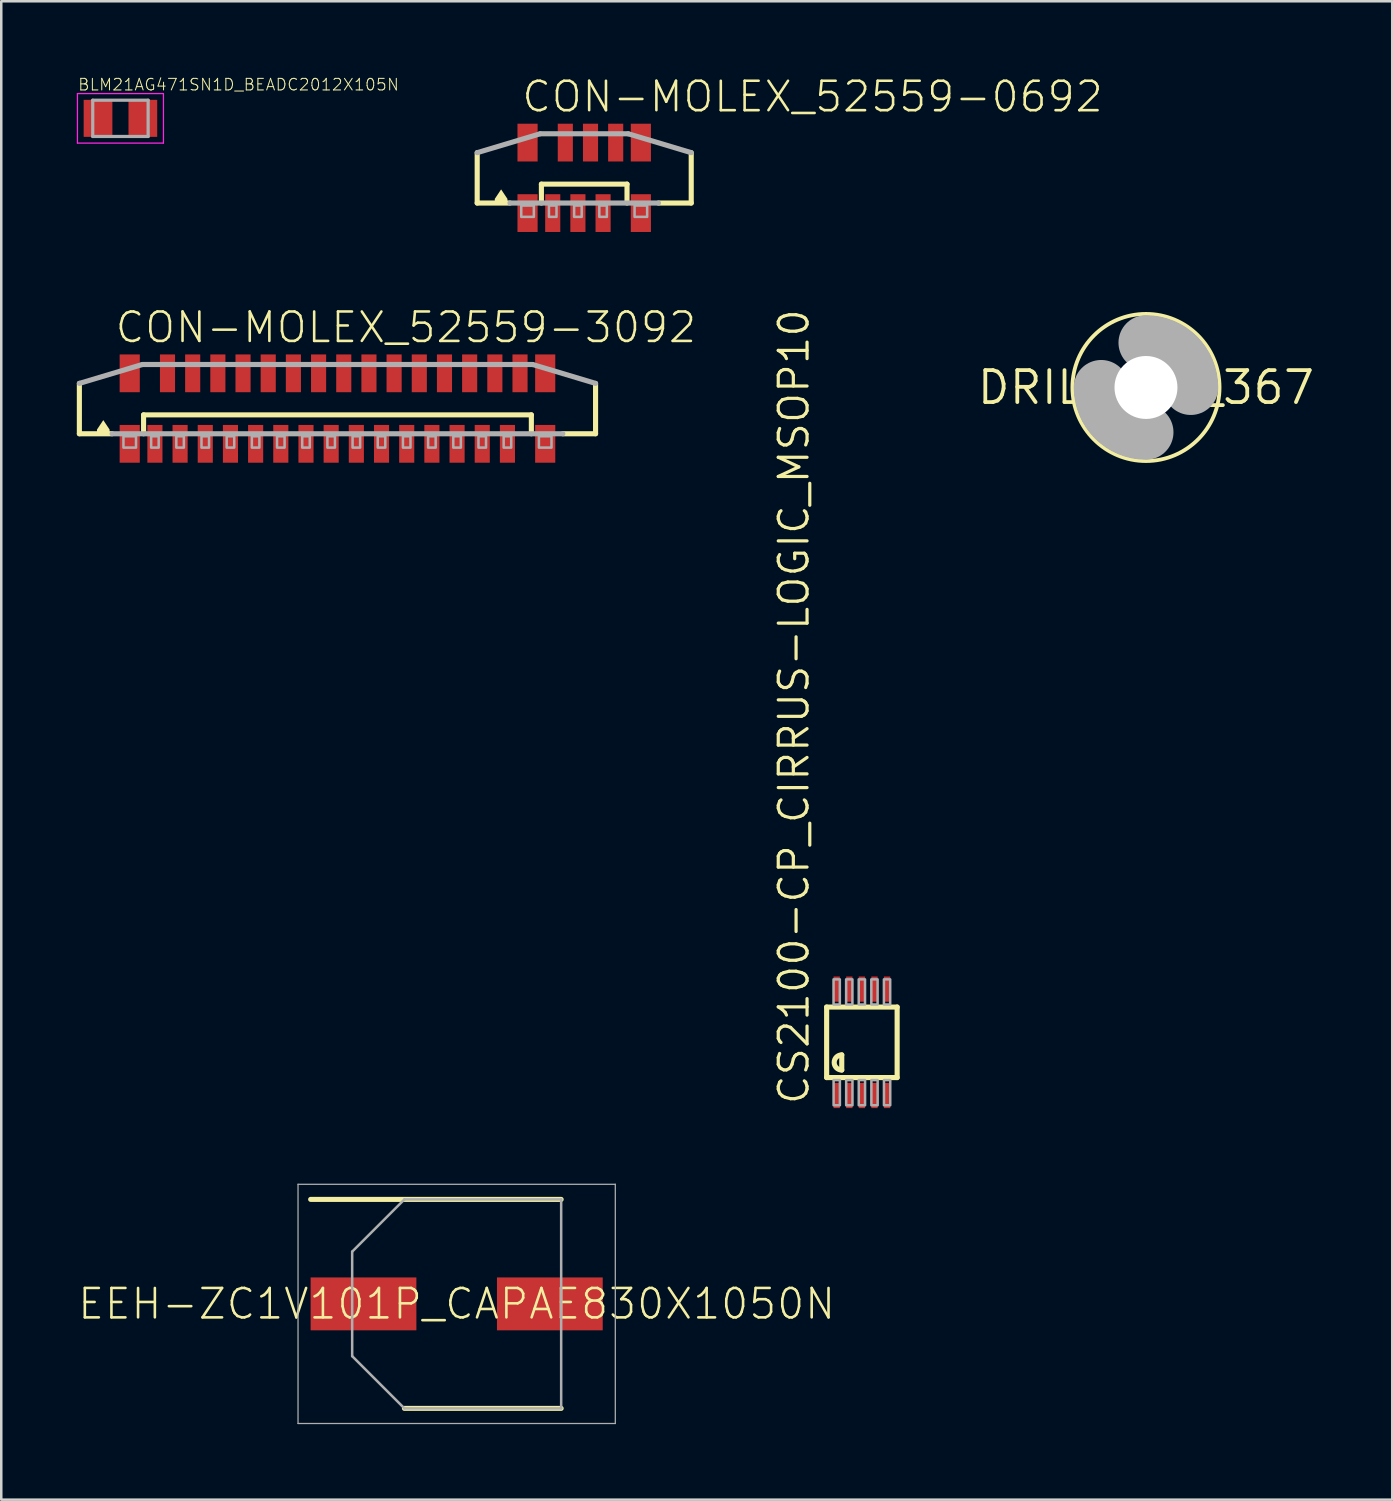
<source format=kicad_pcb>
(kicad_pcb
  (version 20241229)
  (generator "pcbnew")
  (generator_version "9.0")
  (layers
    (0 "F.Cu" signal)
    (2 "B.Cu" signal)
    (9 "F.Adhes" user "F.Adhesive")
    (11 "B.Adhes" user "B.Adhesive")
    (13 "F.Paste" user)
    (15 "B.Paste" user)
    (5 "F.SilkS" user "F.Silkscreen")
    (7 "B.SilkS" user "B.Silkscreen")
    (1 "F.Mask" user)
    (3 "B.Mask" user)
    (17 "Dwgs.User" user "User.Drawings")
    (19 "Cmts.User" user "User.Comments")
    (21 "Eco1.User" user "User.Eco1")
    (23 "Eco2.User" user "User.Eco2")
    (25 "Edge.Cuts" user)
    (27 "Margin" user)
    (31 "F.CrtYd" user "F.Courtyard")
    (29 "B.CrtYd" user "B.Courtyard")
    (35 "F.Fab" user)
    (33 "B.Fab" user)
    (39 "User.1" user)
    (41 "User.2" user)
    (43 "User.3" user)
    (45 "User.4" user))
  (footprint "EEH-ZC1V101P_CAPAE830X1050N"
    (layer "F.Cu")
    (at 15.086 48.732)
    (property "Reference" "EEH-ZC1V101P_CAPAE830X1050N" (at 0 0 0) (unlocked yes) (layer "F.SilkS") (effects (font (size 1.168 1.168) (thickness 0.102))))
    (fp_line (start -5.8 -4.15) (end 4.15 -4.15) (stroke (width 0.2) (type solid)) (layer "F.SilkS"))
    (fp_line (start -2.075 4.15) (end 4.15 4.15) (stroke (width 0.2) (type solid)) (layer "F.SilkS"))
    (fp_line (start -6.3 -4.75) (end 6.3 -4.75) (stroke (width 0.05) (type solid)) (layer "F.Fab"))
    (fp_line (start -6.3 4.75) (end -6.3 -4.75) (stroke (width 0.05) (type solid)) (layer "F.Fab"))
    (fp_line (start -4.15 -2.075) (end -4.15 2.075) (stroke (width 0.1) (type solid)) (layer "F.Fab"))
    (fp_line (start -4.15 2.075) (end -2.075 4.15) (stroke (width 0.1) (type solid)) (layer "F.Fab"))
    (fp_line (start -2.075 -4.15) (end -4.15 -2.075) (stroke (width 0.1) (type solid)) (layer "F.Fab"))
    (fp_line (start -2.075 4.15) (end 4.15 4.15) (stroke (width 0.1) (type solid)) (layer "F.Fab"))
    (fp_line (start 4.15 -4.15) (end -2.075 -4.15) (stroke (width 0.1) (type solid)) (layer "F.Fab"))
    (fp_line (start 4.15 4.15) (end 4.15 -4.15) (stroke (width 0.1) (type solid)) (layer "F.Fab"))
    (fp_line (start 6.3 -4.75) (end 6.3 4.75) (stroke (width 0.05) (type solid)) (layer "F.Fab"))
    (fp_line (start 6.3 4.75) (end -6.3 4.75) (stroke (width 0.05) (type solid)) (layer "F.Fab"))
    (pad "1" smd rect (at -3.7 0) (size 4.2 2.1) (layers "F.Cu" "F.Mask" "F.Paste"))
    (pad "2" smd rect (at 3.7 0) (size 4.2 2.1) (layers "F.Cu" "F.Mask" "F.Paste")))
  (footprint "CON-MOLEX_52559-0692"
    (layer "F.Cu")
    (at 20.151 4.013)
    (property "Reference" "CON-MOLEX_52559-0692" (at -2.54 -2.54 0) (unlocked yes) (layer "F.SilkS") (effects (font (size 1.168 1.168) (thickness 0.102)) (justify left bottom)))
    (fp_line (start -4.25 1) (end -4.25 -1) (stroke (width 0.203) (type solid)) (layer "F.SilkS"))
    (fp_line (start -2.95 1) (end -4.25 1) (stroke (width 0.203) (type solid)) (layer "F.SilkS"))
    (fp_line (start -1.7 0.25) (end 1.7 0.25) (stroke (width 0.203) (type solid)) (layer "F.SilkS"))
    (fp_line (start -1.7 1) (end -1.7 0.25) (stroke (width 0.203) (type solid)) (layer "F.SilkS"))
    (fp_line (start 1.7 0.25) (end 1.7 1) (stroke (width 0.203) (type solid)) (layer "F.SilkS"))
    (fp_line (start 4.25 -1) (end 4.25 1) (stroke (width 0.203) (type solid)) (layer "F.SilkS"))
    (fp_line (start 4.25 1) (end 2.95 1) (stroke (width 0.203) (type solid)) (layer "F.SilkS"))
    (fp_poly (pts (xy -3.049 0.835) (xy -3.049 1.001) (xy -3.551 1.001) (xy -3.551 0.835) (xy -3.3 0.458)) (stroke (width 0) (type default)) (fill yes) (layer "F.SilkS"))
    (fp_line (start -4.25 -1) (end -1.75 -1.75) (stroke (width 0.203) (type solid)) (layer "F.Fab"))
    (fp_line (start -1.75 -1.75) (end 1.75 -1.75) (stroke (width 0.203) (type solid)) (layer "F.Fab"))
    (fp_line (start 1.75 -1.75) (end 4.25 -1) (stroke (width 0.203) (type solid)) (layer "F.Fab"))
    (fp_line (start 2.95 1) (end -2.95 1) (stroke (width 0.203) (type solid)) (layer "F.Fab"))
    (fp_poly (pts (xy -2.5 1.55) (xy -2 1.55) (xy -2 1.1) (xy -2.5 1.1)) (stroke (width 0.1) (type default)) (fill no) (layer "F.Fab"))
    (fp_poly (pts (xy -1.4 1.55) (xy -1.1 1.55) (xy -1.1 1.1) (xy -1.4 1.1)) (stroke (width 0.1) (type default)) (fill no) (layer "F.Fab"))
    (fp_poly (pts (xy -0.4 1.55) (xy -0.1 1.55) (xy -0.1 1.1) (xy -0.4 1.1)) (stroke (width 0.1) (type default)) (fill no) (layer "F.Fab"))
    (fp_poly (pts (xy 0.6 1.55) (xy 0.9 1.55) (xy 0.9 1.1) (xy 0.6 1.1)) (stroke (width 0.1) (type default)) (fill no) (layer "F.Fab"))
    (fp_poly (pts (xy 2 1.55) (xy 2.5 1.55) (xy 2.5 1.1) (xy 2 1.1)) (stroke (width 0.1) (type default)) (fill no) (layer "F.Fab"))
    (pad "1" smd rect (at -1.25 1.4) (size 0.6 1.5) (layers "F.Cu" "F.Mask" "F.Paste"))
    (pad "2" smd rect (at -0.75 -1.4 180) (size 0.6 1.5) (layers "F.Cu" "F.Mask" "F.Paste"))
    (pad "3" smd rect (at -0.25 1.4) (size 0.6 1.5) (layers "F.Cu" "F.Mask" "F.Paste"))
    (pad "4" smd rect (at 0.25 -1.4 180) (size 0.6 1.5) (layers "F.Cu" "F.Mask" "F.Paste"))
    (pad "5" smd rect (at 0.75 1.4) (size 0.6 1.5) (layers "F.Cu" "F.Mask" "F.Paste"))
    (pad "6" smd rect (at 1.25 -1.4 180) (size 0.6 1.5) (layers "F.Cu" "F.Mask" "F.Paste"))
    (pad "M1" smd rect (at -2.25 1.4) (size 0.8 1.5) (layers "F.Cu" "F.Mask" "F.Paste"))
    (pad "M2" smd rect (at 2.25 1.4) (size 0.8 1.5) (layers "F.Cu" "F.Mask" "F.Paste"))
    (pad "M3" smd rect (at 2.25 -1.4 180) (size 0.8 1.5) (layers "F.Cu" "F.Mask" "F.Paste"))
    (pad "M4" smd rect (at -2.25 -1.4 180) (size 0.8 1.5) (layers "F.Cu" "F.Mask" "F.Paste")))
  (footprint "DRIL-2,5_367"
    (layer "F.Cu")
    (at 42.461 12.338)
    (property "Reference" "DRIL-2,5_367" (at 0 0 0) (layer "F.SilkS") (effects (font (size 1.27 1.27) (thickness 0.15))))
    (fp_circle (center 0 0) (end 2.921 0) (stroke (width 0.152) (type solid)) (fill no) (layer "F.SilkS"))
    (fp_arc (start 0 -1.778) (mid 1.257236 -1.257236) (end 1.778 0) (stroke (width 2.1844) (type solid)) (layer "F.Fab"))
    (fp_arc (start 0 1.778) (mid -1.257236 1.257236) (end -1.778 0) (stroke (width 2.1844) (type solid)) (layer "F.Fab"))
    (fp_circle (center 0 0) (end 0.635 0) (stroke (width 0.457) (type solid)) (fill no) (layer "F.Fab"))
    (pad "" np_thru_hole circle (at 0 0) (size 2.5 2.5) (drill 2.5) (layers "*.Cu" "*.Mask"))
    (zone (net_name "") (layer "F.Cu") (hatch edge 0.5) (connect_pads) (min_thickness 0.25) (filled_areas_thickness no) (keepout (tracks not_allowed) (vias not_allowed) (pads not_allowed) (copperpour not_allowed) (footprints allowed)) (placement (enabled no)) (fill) (polygon (pts (xy 45.636 12.338) (xy 45.616 11.983) (xy 45.556 11.632) (xy 45.458 11.29) (xy 45.321 10.961) (xy 45.149 10.649) (xy 44.943 10.359) (xy 44.706 10.093) (xy 44.44 9.856) (xy 44.15 9.65) (xy 43.838 9.478) (xy 43.509 9.341) (xy 43.167 9.243) (xy 42.816 9.183) (xy 42.461 9.163) (xy 42.105 9.183) (xy 41.754 9.243) (xy 41.412 9.341) (xy 41.083 9.478) (xy 40.772 9.65) (xy 40.481 9.856) (xy 40.216 10.093) (xy 39.978 10.359) (xy 39.772 10.649) (xy 39.6 10.961) (xy 39.464 11.29) (xy 39.365 11.632) (xy 39.306 11.983) (xy 39.286 12.338) (xy 39.306 12.694) (xy 39.365 13.045) (xy 39.464 13.387) (xy 39.6 13.716) (xy 39.772 14.027) (xy 39.978 14.318) (xy 40.216 14.583) (xy 40.481 14.821) (xy 40.772 15.027) (xy 41.083 15.199) (xy 41.412 15.335) (xy 41.754 15.434) (xy 42.105 15.493) (xy 42.461 15.513) (xy 42.816 15.493) (xy 43.167 15.434) (xy 43.509 15.335) (xy 43.838 15.199) (xy 44.15 15.027) (xy 44.44 14.821) (xy 44.706 14.583) (xy 44.943 14.318) (xy 45.149 14.027) (xy 45.321 13.716) (xy 45.458 13.387) (xy 45.556 13.045) (xy 45.616 12.694))))
    (zone (net_name "") (layers "F.Cu" "B.Cu") (hatch edge 0.5) (connect_pads) (min_thickness 0.25) (filled_areas_thickness no) (keepout (tracks allowed) (vias not_allowed) (pads allowed) (copperpour allowed) (footprints allowed)) (placement (enabled no)) (fill) (polygon (pts (xy 45.636 12.338) (xy 45.616 11.983) (xy 45.556 11.632) (xy 45.458 11.29) (xy 45.321 10.961) (xy 45.149 10.649) (xy 44.943 10.359) (xy 44.706 10.093) (xy 44.44 9.856) (xy 44.15 9.65) (xy 43.838 9.478) (xy 43.509 9.341) (xy 43.167 9.243) (xy 42.816 9.183) (xy 42.461 9.163) (xy 42.105 9.183) (xy 41.754 9.243) (xy 41.412 9.341) (xy 41.083 9.478) (xy 40.772 9.65) (xy 40.481 9.856) (xy 40.216 10.093) (xy 39.978 10.359) (xy 39.772 10.649) (xy 39.6 10.961) (xy 39.464 11.29) (xy 39.365 11.632) (xy 39.306 11.983) (xy 39.286 12.338) (xy 39.306 12.694) (xy 39.365 13.045) (xy 39.464 13.387) (xy 39.6 13.716) (xy 39.772 14.027) (xy 39.978 14.318) (xy 40.216 14.583) (xy 40.481 14.821) (xy 40.772 15.027) (xy 41.083 15.199) (xy 41.412 15.335) (xy 41.754 15.434) (xy 42.105 15.493) (xy 42.461 15.513) (xy 42.816 15.493) (xy 43.167 15.434) (xy 43.509 15.335) (xy 43.838 15.199) (xy 44.15 15.027) (xy 44.44 14.821) (xy 44.706 14.583) (xy 44.943 14.318) (xy 45.149 14.027) (xy 45.321 13.716) (xy 45.458 13.387) (xy 45.556 13.045) (xy 45.616 12.694))))
    (zone (net_name "") (layer "B.Cu") (hatch edge 0.5) (connect_pads) (min_thickness 0.25) (filled_areas_thickness no) (keepout (tracks not_allowed) (vias not_allowed) (pads not_allowed) (copperpour not_allowed) (footprints allowed)) (placement (enabled no)) (fill) (polygon (pts (xy 45.636 12.338) (xy 45.616 11.983) (xy 45.556 11.632) (xy 45.458 11.29) (xy 45.321 10.961) (xy 45.149 10.649) (xy 44.943 10.359) (xy 44.706 10.093) (xy 44.44 9.856) (xy 44.15 9.65) (xy 43.838 9.478) (xy 43.509 9.341) (xy 43.167 9.243) (xy 42.816 9.183) (xy 42.461 9.163) (xy 42.105 9.183) (xy 41.754 9.243) (xy 41.412 9.341) (xy 41.083 9.478) (xy 40.772 9.65) (xy 40.481 9.856) (xy 40.216 10.093) (xy 39.978 10.359) (xy 39.772 10.649) (xy 39.6 10.961) (xy 39.464 11.29) (xy 39.365 11.632) (xy 39.306 11.983) (xy 39.286 12.338) (xy 39.306 12.694) (xy 39.365 13.045) (xy 39.464 13.387) (xy 39.6 13.716) (xy 39.772 14.027) (xy 39.978 14.318) (xy 40.216 14.583) (xy 40.481 14.821) (xy 40.772 15.027) (xy 41.083 15.199) (xy 41.412 15.335) (xy 41.754 15.434) (xy 42.105 15.493) (xy 42.461 15.513) (xy 42.816 15.493) (xy 43.167 15.434) (xy 43.509 15.335) (xy 43.838 15.199) (xy 44.15 15.027) (xy 44.44 14.821) (xy 44.706 14.583) (xy 44.943 14.318) (xy 45.149 14.027) (xy 45.321 13.716) (xy 45.458 13.387) (xy 45.556 13.045) (xy 45.616 12.694)))))
  (footprint "CS2100-CP_CIRRUS-LOGIC_MSOP10"
    (layer "F.Cu")
    (at 31.179 38.344)
    (property "Reference" "CS2100-CP_CIRRUS-LOGIC_MSOP10" (at -2.032 2.54 90) (unlocked yes) (layer "F.SilkS") (effects (font (size 1.143 1.143) (thickness 0.127)) (justify left bottom)))
    (fp_line (start -1.4 -1.4) (end 1.4 -1.4) (stroke (width 0.203) (type solid)) (layer "F.SilkS"))
    (fp_line (start -1.4 1.4) (end -1.4 -1.4) (stroke (width 0.203) (type solid)) (layer "F.SilkS"))
    (fp_line (start -0.8 0.5) (end -0.8 1.1) (stroke (width 0.203) (type solid)) (layer "F.SilkS"))
    (fp_line (start 1.4 -1.4) (end 1.4 1.4) (stroke (width 0.203) (type solid)) (layer "F.SilkS"))
    (fp_line (start 1.4 1.4) (end -1.4 1.4) (stroke (width 0.203) (type solid)) (layer "F.SilkS"))
    (fp_arc (start -0.8 1.1) (mid -1.1 0.8) (end -0.8 0.5) (stroke (width 0.2032) (type solid)) (layer "F.SilkS"))
    (fp_poly (pts (xy -1.124 2.5) (xy -0.874 2.5) (xy -0.874 1.5) (xy -1.124 1.5)) (stroke (width 0.1) (type default)) (fill no) (layer "F.Fab"))
    (fp_poly (pts (xy -0.876 -2.5) (xy -1.126 -2.5) (xy -1.126 -1.5) (xy -0.876 -1.5)) (stroke (width 0.1) (type default)) (fill no) (layer "F.Fab"))
    (fp_poly (pts (xy -0.624 2.5) (xy -0.374 2.5) (xy -0.374 1.5) (xy -0.624 1.5)) (stroke (width 0.1) (type default)) (fill no) (layer "F.Fab"))
    (fp_poly (pts (xy -0.376 -2.5) (xy -0.626 -2.5) (xy -0.626 -1.5) (xy -0.376 -1.5)) (stroke (width 0.1) (type default)) (fill no) (layer "F.Fab"))
    (fp_poly (pts (xy -0.124 2.5) (xy 0.126 2.5) (xy 0.126 1.5) (xy -0.124 1.5)) (stroke (width 0.1) (type default)) (fill no) (layer "F.Fab"))
    (fp_poly (pts (xy 0.124 -2.5) (xy -0.126 -2.5) (xy -0.126 -1.5) (xy 0.124 -1.5)) (stroke (width 0.1) (type default)) (fill no) (layer "F.Fab"))
    (fp_poly (pts (xy 0.376 2.5) (xy 0.626 2.5) (xy 0.626 1.5) (xy 0.376 1.5)) (stroke (width 0.1) (type default)) (fill no) (layer "F.Fab"))
    (fp_poly (pts (xy 0.624 -2.5) (xy 0.374 -2.5) (xy 0.374 -1.5) (xy 0.624 -1.5)) (stroke (width 0.1) (type default)) (fill no) (layer "F.Fab"))
    (fp_poly (pts (xy 0.876 2.5) (xy 1.126 2.5) (xy 1.126 1.5) (xy 0.876 1.5)) (stroke (width 0.1) (type default)) (fill no) (layer "F.Fab"))
    (fp_poly (pts (xy 1.124 -2.5) (xy 0.874 -2.5) (xy 0.874 -1.5) (xy 1.124 -1.5)) (stroke (width 0.1) (type default)) (fill no) (layer "F.Fab"))
    (pad "1" smd rect (at -1 2.113) (size 0.25 1) (layers "F.Cu" "F.Mask" "F.Paste"))
    (pad "2" smd rect (at -0.5 2.113) (size 0.25 1) (layers "F.Cu" "F.Mask" "F.Paste"))
    (pad "3" smd rect (at 0 2.113) (size 0.25 1) (layers "F.Cu" "F.Mask" "F.Paste"))
    (pad "4" smd rect (at 0.5 2.113) (size 0.25 1) (layers "F.Cu" "F.Mask" "F.Paste"))
    (pad "5" smd rect (at 1 2.113) (size 0.25 1) (layers "F.Cu" "F.Mask" "F.Paste"))
    (pad "6" smd rect (at 1 -2.113 180) (size 0.25 1) (layers "F.Cu" "F.Mask" "F.Paste"))
    (pad "7" smd rect (at 0.5 -2.113 180) (size 0.25 1) (layers "F.Cu" "F.Mask" "F.Paste"))
    (pad "8" smd rect (at 0 -2.113 180) (size 0.25 1) (layers "F.Cu" "F.Mask" "F.Paste"))
    (pad "9" smd rect (at -0.5 -2.113 180) (size 0.25 1) (layers "F.Cu" "F.Mask" "F.Paste"))
    (pad "10" smd rect (at -1 -2.113 180) (size 0.25 1) (layers "F.Cu" "F.Mask" "F.Paste")))
  (footprint "BLM21AG471SN1D_BEADC2012X105N"
    (layer "F.Cu")
    (at 1.733 1.65)
    (property "Reference" "BLM21AG471SN1D_BEADC2012X105N" (at -1.71 -1.07 0) (unlocked yes) (layer "F.SilkS") (effects (font (size 0.46 0.46) (thickness 0.04)) (justify left bottom)))
    (fp_line (start -1.708 -0.983) (end 1.708 -0.983) (stroke (width 0.05) (type solid)) (layer "F.CrtYd"))
    (fp_line (start -1.708 0.983) (end -1.708 -0.983) (stroke (width 0.05) (type solid)) (layer "F.CrtYd"))
    (fp_line (start -1.708 0.983) (end 1.708 0.983) (stroke (width 0.05) (type solid)) (layer "F.CrtYd"))
    (fp_line (start 1.708 0.983) (end 1.708 -0.983) (stroke (width 0.05) (type solid)) (layer "F.CrtYd"))
    (fp_line (start -1.1 0.72) (end -1.1 -0.72) (stroke (width 0.127) (type solid)) (layer "F.Fab"))
    (fp_line (start 1.1 -0.72) (end -1.1 -0.72) (stroke (width 0.127) (type solid)) (layer "F.Fab"))
    (fp_line (start 1.1 0.72) (end -1.1 0.72) (stroke (width 0.127) (type solid)) (layer "F.Fab"))
    (fp_line (start 1.1 0.72) (end 1.1 -0.72) (stroke (width 0.127) (type solid)) (layer "F.Fab"))
    (pad "1" smd rect (at -0.89 0) (size 1.14 1.47) (layers "F.Cu" "F.Mask" "F.Paste"))
    (pad "2" smd rect (at 0.89 0) (size 1.14 1.47) (layers "F.Cu" "F.Mask" "F.Paste")))
  (footprint "CON-MOLEX_52559-3092"
    (layer "F.Cu")
    (at 10.352 13.176)
    (property "Reference" "CON-MOLEX_52559-3092" (at -8.89 -2.54 0) (unlocked yes) (layer "F.SilkS") (effects (font (size 1.168 1.168) (thickness 0.102)) (justify left bottom)))
    (fp_line (start -10.25 1) (end -10.25 -1) (stroke (width 0.203) (type solid)) (layer "F.SilkS"))
    (fp_line (start -8.95 1) (end -10.25 1) (stroke (width 0.203) (type solid)) (layer "F.SilkS"))
    (fp_line (start -7.7 0.25) (end 7.7 0.25) (stroke (width 0.203) (type solid)) (layer "F.SilkS"))
    (fp_line (start -7.7 1) (end -7.7 0.25) (stroke (width 0.203) (type solid)) (layer "F.SilkS"))
    (fp_line (start 7.7 0.25) (end 7.7 1) (stroke (width 0.203) (type solid)) (layer "F.SilkS"))
    (fp_line (start 10.25 -1) (end 10.25 1) (stroke (width 0.203) (type solid)) (layer "F.SilkS"))
    (fp_line (start 10.25 1) (end 8.95 1) (stroke (width 0.203) (type solid)) (layer "F.SilkS"))
    (fp_poly (pts (xy -9.049 0.835) (xy -9.049 1.001) (xy -9.551 1.001) (xy -9.551 0.835) (xy -9.3 0.458)) (stroke (width 0) (type default)) (fill yes) (layer "F.SilkS"))
    (fp_line (start -10.25 -1) (end -7.75 -1.75) (stroke (width 0.203) (type solid)) (layer "F.Fab"))
    (fp_line (start -7.75 -1.75) (end 7.75 -1.75) (stroke (width 0.203) (type solid)) (layer "F.Fab"))
    (fp_line (start 7.75 -1.75) (end 10.25 -1) (stroke (width 0.203) (type solid)) (layer "F.Fab"))
    (fp_line (start 8.95 1) (end -8.95 1) (stroke (width 0.203) (type solid)) (layer "F.Fab"))
    (fp_poly (pts (xy -8.5 1.55) (xy -8 1.55) (xy -8 1.1) (xy -8.5 1.1)) (stroke (width 0.1) (type default)) (fill no) (layer "F.Fab"))
    (fp_poly (pts (xy -7.4 1.55) (xy -7.1 1.55) (xy -7.1 1.1) (xy -7.4 1.1)) (stroke (width 0.1) (type default)) (fill no) (layer "F.Fab"))
    (fp_poly (pts (xy -6.4 1.55) (xy -6.1 1.55) (xy -6.1 1.1) (xy -6.4 1.1)) (stroke (width 0.1) (type default)) (fill no) (layer "F.Fab"))
    (fp_poly (pts (xy -5.4 1.55) (xy -5.1 1.55) (xy -5.1 1.1) (xy -5.4 1.1)) (stroke (width 0.1) (type default)) (fill no) (layer "F.Fab"))
    (fp_poly (pts (xy -4.4 1.55) (xy -4.1 1.55) (xy -4.1 1.1) (xy -4.4 1.1)) (stroke (width 0.1) (type default)) (fill no) (layer "F.Fab"))
    (fp_poly (pts (xy -3.4 1.55) (xy -3.1 1.55) (xy -3.1 1.1) (xy -3.4 1.1)) (stroke (width 0.1) (type default)) (fill no) (layer "F.Fab"))
    (fp_poly (pts (xy -2.4 1.55) (xy -2.1 1.55) (xy -2.1 1.1) (xy -2.4 1.1)) (stroke (width 0.1) (type default)) (fill no) (layer "F.Fab"))
    (fp_poly (pts (xy -1.4 1.55) (xy -1.1 1.55) (xy -1.1 1.1) (xy -1.4 1.1)) (stroke (width 0.1) (type default)) (fill no) (layer "F.Fab"))
    (fp_poly (pts (xy -0.4 1.55) (xy -0.1 1.55) (xy -0.1 1.1) (xy -0.4 1.1)) (stroke (width 0.1) (type default)) (fill no) (layer "F.Fab"))
    (fp_poly (pts (xy 0.6 1.55) (xy 0.9 1.55) (xy 0.9 1.1) (xy 0.6 1.1)) (stroke (width 0.1) (type default)) (fill no) (layer "F.Fab"))
    (fp_poly (pts (xy 1.6 1.55) (xy 1.9 1.55) (xy 1.9 1.1) (xy 1.6 1.1)) (stroke (width 0.1) (type default)) (fill no) (layer "F.Fab"))
    (fp_poly (pts (xy 2.6 1.55) (xy 2.9 1.55) (xy 2.9 1.1) (xy 2.6 1.1)) (stroke (width 0.1) (type default)) (fill no) (layer "F.Fab"))
    (fp_poly (pts (xy 3.6 1.55) (xy 3.9 1.55) (xy 3.9 1.1) (xy 3.6 1.1)) (stroke (width 0.1) (type default)) (fill no) (layer "F.Fab"))
    (fp_poly (pts (xy 4.6 1.55) (xy 4.9 1.55) (xy 4.9 1.1) (xy 4.6 1.1)) (stroke (width 0.1) (type default)) (fill no) (layer "F.Fab"))
    (fp_poly (pts (xy 5.6 1.55) (xy 5.9 1.55) (xy 5.9 1.1) (xy 5.6 1.1)) (stroke (width 0.1) (type default)) (fill no) (layer "F.Fab"))
    (fp_poly (pts (xy 6.6 1.55) (xy 6.9 1.55) (xy 6.9 1.1) (xy 6.6 1.1)) (stroke (width 0.1) (type default)) (fill no) (layer "F.Fab"))
    (fp_poly (pts (xy 8 1.55) (xy 8.5 1.55) (xy 8.5 1.1) (xy 8 1.1)) (stroke (width 0.1) (type default)) (fill no) (layer "F.Fab"))
    (pad "1" smd rect (at -7.25 1.4) (size 0.6 1.5) (layers "F.Cu" "F.Mask" "F.Paste"))
    (pad "2" smd rect (at -6.75 -1.4 180) (size 0.6 1.5) (layers "F.Cu" "F.Mask" "F.Paste"))
    (pad "3" smd rect (at -6.25 1.4) (size 0.6 1.5) (layers "F.Cu" "F.Mask" "F.Paste"))
    (pad "4" smd rect (at -5.75 -1.4 180) (size 0.6 1.5) (layers "F.Cu" "F.Mask" "F.Paste"))
    (pad "5" smd rect (at -5.25 1.4) (size 0.6 1.5) (layers "F.Cu" "F.Mask" "F.Paste"))
    (pad "6" smd rect (at -4.75 -1.4 180) (size 0.6 1.5) (layers "F.Cu" "F.Mask" "F.Paste"))
    (pad "7" smd rect (at -4.25 1.4) (size 0.6 1.5) (layers "F.Cu" "F.Mask" "F.Paste"))
    (pad "8" smd rect (at -3.75 -1.4 180) (size 0.6 1.5) (layers "F.Cu" "F.Mask" "F.Paste"))
    (pad "9" smd rect (at -3.25 1.4) (size 0.6 1.5) (layers "F.Cu" "F.Mask" "F.Paste"))
    (pad "10" smd rect (at -2.75 -1.4 180) (size 0.6 1.5) (layers "F.Cu" "F.Mask" "F.Paste"))
    (pad "11" smd rect (at -2.25 1.4) (size 0.6 1.5) (layers "F.Cu" "F.Mask" "F.Paste"))
    (pad "12" smd rect (at -1.75 -1.4 180) (size 0.6 1.5) (layers "F.Cu" "F.Mask" "F.Paste"))
    (pad "13" smd rect (at -1.25 1.4) (size 0.6 1.5) (layers "F.Cu" "F.Mask" "F.Paste"))
    (pad "14" smd rect (at -0.75 -1.4 180) (size 0.6 1.5) (layers "F.Cu" "F.Mask" "F.Paste"))
    (pad "15" smd rect (at -0.25 1.4) (size 0.6 1.5) (layers "F.Cu" "F.Mask" "F.Paste"))
    (pad "16" smd rect (at 0.25 -1.4 180) (size 0.6 1.5) (layers "F.Cu" "F.Mask" "F.Paste"))
    (pad "17" smd rect (at 0.75 1.4) (size 0.6 1.5) (layers "F.Cu" "F.Mask" "F.Paste"))
    (pad "18" smd rect (at 1.25 -1.4 180) (size 0.6 1.5) (layers "F.Cu" "F.Mask" "F.Paste"))
    (pad "19" smd rect (at 1.75 1.4) (size 0.6 1.5) (layers "F.Cu" "F.Mask" "F.Paste"))
    (pad "20" smd rect (at 2.25 -1.4 180) (size 0.6 1.5) (layers "F.Cu" "F.Mask" "F.Paste"))
    (pad "21" smd rect (at 2.75 1.4) (size 0.6 1.5) (layers "F.Cu" "F.Mask" "F.Paste"))
    (pad "22" smd rect (at 3.25 -1.4 180) (size 0.6 1.5) (layers "F.Cu" "F.Mask" "F.Paste"))
    (pad "23" smd rect (at 3.75 1.4) (size 0.6 1.5) (layers "F.Cu" "F.Mask" "F.Paste"))
    (pad "24" smd rect (at 4.25 -1.4 180) (size 0.6 1.5) (layers "F.Cu" "F.Mask" "F.Paste"))
    (pad "25" smd rect (at 4.75 1.4) (size 0.6 1.5) (layers "F.Cu" "F.Mask" "F.Paste"))
    (pad "26" smd rect (at 5.25 -1.4 180) (size 0.6 1.5) (layers "F.Cu" "F.Mask" "F.Paste"))
    (pad "27" smd rect (at 5.75 1.4) (size 0.6 1.5) (layers "F.Cu" "F.Mask" "F.Paste"))
    (pad "28" smd rect (at 6.25 -1.4 180) (size 0.6 1.5) (layers "F.Cu" "F.Mask" "F.Paste"))
    (pad "29" smd rect (at 6.75 1.4) (size 0.6 1.5) (layers "F.Cu" "F.Mask" "F.Paste"))
    (pad "30" smd rect (at 7.25 -1.4 180) (size 0.6 1.5) (layers "F.Cu" "F.Mask" "F.Paste"))
    (pad "M1" smd rect (at -8.25 1.4) (size 0.8 1.5) (layers "F.Cu" "F.Mask" "F.Paste"))
    (pad "M2" smd rect (at 8.25 1.4) (size 0.8 1.5) (layers "F.Cu" "F.Mask" "F.Paste"))
    (pad "M3" smd rect (at 8.25 -1.4 180) (size 0.8 1.5) (layers "F.Cu" "F.Mask" "F.Paste"))
    (pad "M4" smd rect (at -8.25 -1.4 180) (size 0.8 1.5) (layers "F.Cu" "F.Mask" "F.Paste")))
  (gr_rect
    (start -3 -3)
    (end 52.241 56.507)
    (stroke (width 0.1) (type default))
    (fill no)
    (layer "Edge.Cuts")))
</source>
